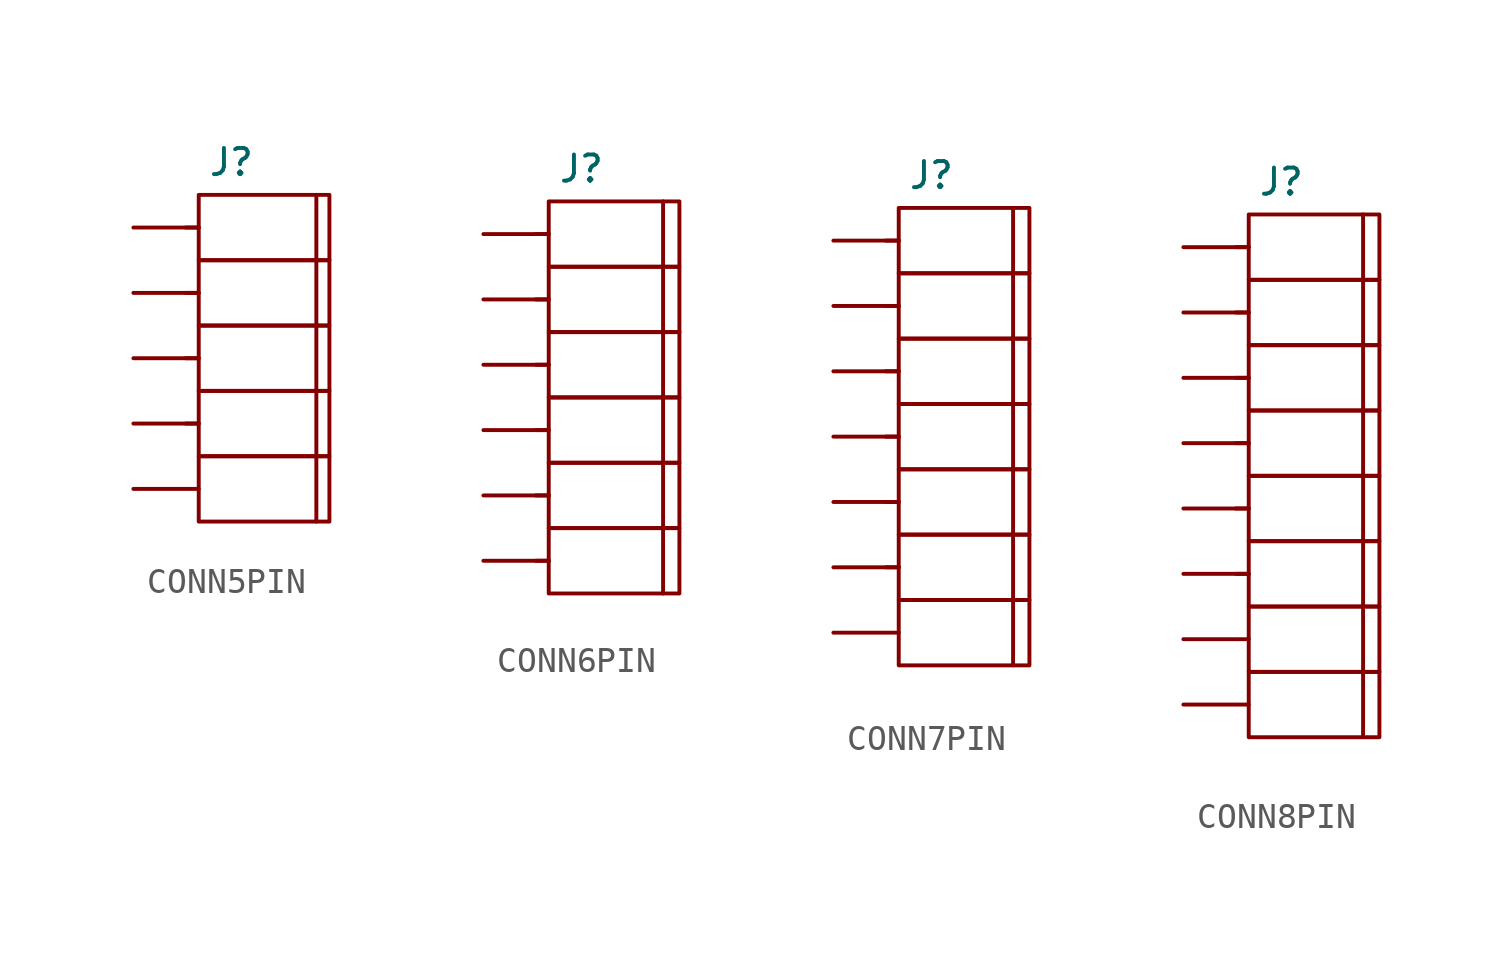
<source format=kicad_sym>
(kicad_symbol_lib
  (version 20241209)
  (generator "kicad_symbol_editor")
  (generator_version "9.0")
  (symbol "CONN5PIN"
    (pin_numbers
      (hide yes))
    (pin_names
      (offset 1.016))
    (property "Reference" "J"
      (at -1.27 2.54 0)
      (effects (font (size 1.016 1.016))))
    (symbol "CONN5PIN_0_1"
      (polyline (pts (xy -3.048 0) (xy -2.54 0)) (stroke (width 0) (type default)) (fill (type none)))
      (polyline (pts (xy -3.048 -2.54) (xy -2.54 -2.54)) (stroke (width 0) (type default)) (fill (type none)))
      (polyline (pts (xy -3.048 -5.08) (xy -2.54 -5.08)) (stroke (width 0) (type default)) (fill (type none)))
      (polyline (pts (xy -3.048 -7.62) (xy -2.54 -7.62)) (stroke (width 0) (type default)) (fill (type none)))
      (rectangle (start -2.54 1.27) (end 2.54 -1.27) (stroke (width 0) (type default)) (fill (type none)))
      (rectangle (start -2.54 -1.27) (end 2.54 -3.81) (stroke (width 0) (type default)) (fill (type none)))
      (rectangle (start -2.54 -3.81) (end 2.54 -6.35) (stroke (width 0) (type default)) (fill (type none)))
      (rectangle (start -2.54 -6.35) (end 2.54 -8.89) (stroke (width 0) (type default)) (fill (type none)))
      (rectangle (start -2.54 -8.89) (end 2.54 -11.43) (stroke (width 0) (type default)) (fill (type none)))
      (polyline (pts (xy 2.032 1.27) (xy 2.032 -1.27)) (stroke (width 0) (type default)) (fill (type none)))
      (polyline (pts (xy 2.032 -1.27) (xy 2.032 -3.81)) (stroke (width 0) (type default)) (fill (type none)))
      (polyline (pts (xy 2.032 -3.81) (xy 2.032 -6.35)) (stroke (width 0) (type default)) (fill (type none)))
      (polyline (pts (xy 2.032 -6.35) (xy 2.032 -11.43)) (stroke (width 0) (type default)) (fill (type none))))
    (symbol "CONN5PIN_1_1"
      (pin bidirectional line (at -5.08 0 0) (length 2.54) (name "~" (effects (font (size 1.016 1.016)))) (number "1" (effects (font (size 1.016 1.016)))))
      (pin bidirectional line (at -5.08 -2.54 0) (length 2.54) (name "~" (effects (font (size 1.016 1.016)))) (number "2" (effects (font (size 1.016 1.016)))))
      (pin bidirectional line (at -5.08 -5.08 0) (length 2.54) (name "~" (effects (font (size 1.016 1.016)))) (number "3" (effects (font (size 1.016 1.016)))))
      (pin bidirectional line (at -5.08 -7.62 0) (length 2.54) (name "~" (effects (font (size 1.016 1.016)))) (number "4" (effects (font (size 1.016 1.016)))))
      (pin bidirectional line (at -5.08 -10.16 0) (length 2.54) (name "~" (effects (font (size 1.016 1.016)))) (number "5" (effects (font (size 1.016 1.016)))))))
  (symbol "CONN6PIN"
    (pin_numbers
      (hide yes))
    (pin_names
      (offset 1.016))
    (property "Reference" "J"
      (at -1.27 2.54 0)
      (effects (font (size 1.016 1.016))))
    (symbol "CONN6PIN_0_1"
      (polyline (pts (xy -3.048 0) (xy -2.54 0)) (stroke (width 0) (type default)) (fill (type none)))
      (polyline (pts (xy -3.048 -2.54) (xy -2.54 -2.54)) (stroke (width 0) (type default)) (fill (type none)))
      (polyline (pts (xy -3.048 -5.08) (xy -2.54 -5.08)) (stroke (width 0) (type default)) (fill (type none)))
      (polyline (pts (xy -3.048 -7.62) (xy -2.54 -7.62)) (stroke (width 0) (type default)) (fill (type none)))
      (polyline (pts (xy -3.048 -10.16) (xy -2.54 -10.16)) (stroke (width 0) (type default)) (fill (type none)))
      (polyline (pts (xy -3.048 -12.7) (xy -2.54 -12.7)) (stroke (width 0) (type default)) (fill (type none)))
      (rectangle (start -2.54 1.27) (end 2.54 -1.27) (stroke (width 0) (type default)) (fill (type none)))
      (rectangle (start -2.54 -1.27) (end 2.54 -3.81) (stroke (width 0) (type default)) (fill (type none)))
      (rectangle (start -2.54 -3.81) (end 2.54 -6.35) (stroke (width 0) (type default)) (fill (type none)))
      (rectangle (start -2.54 -6.35) (end 2.54 -8.89) (stroke (width 0) (type default)) (fill (type none)))
      (rectangle (start -2.54 -8.89) (end 2.54 -11.43) (stroke (width 0) (type default)) (fill (type none)))
      (rectangle (start -2.54 -11.43) (end 2.54 -13.97) (stroke (width 0) (type default)) (fill (type none)))
      (polyline (pts (xy 1.905 1.27) (xy 1.905 -1.27)) (stroke (width 0) (type default)) (fill (type none)))
      (polyline (pts (xy 1.905 -1.27) (xy 1.905 -3.81)) (stroke (width 0) (type default)) (fill (type none)))
      (polyline (pts (xy 1.905 -3.81) (xy 1.905 -6.35)) (stroke (width 0) (type default)) (fill (type none)))
      (polyline (pts (xy 1.905 -6.35) (xy 1.905 -8.89)) (stroke (width 0) (type default)) (fill (type none)))
      (polyline (pts (xy 1.905 -8.89) (xy 1.905 -11.43)) (stroke (width 0) (type default)) (fill (type none)))
      (polyline (pts (xy 1.905 -11.43) (xy 1.905 -13.97)) (stroke (width 0) (type default)) (fill (type none))))
    (symbol "CONN6PIN_1_1"
      (pin bidirectional line (at -5.08 0 0) (length 2.54) (name "~" (effects (font (size 1.016 1.016)))) (number "1" (effects (font (size 1.016 1.016)))))
      (pin bidirectional line (at -5.08 -2.54 0) (length 2.54) (name "~" (effects (font (size 1.016 1.016)))) (number "2" (effects (font (size 1.016 1.016)))))
      (pin bidirectional line (at -5.08 -5.08 0) (length 2.54) (name "~" (effects (font (size 1.016 1.016)))) (number "3" (effects (font (size 1.016 1.016)))))
      (pin bidirectional line (at -5.08 -7.62 0) (length 2.54) (name "~" (effects (font (size 1.016 1.016)))) (number "4" (effects (font (size 1.016 1.016)))))
      (pin bidirectional line (at -5.08 -10.16 0) (length 2.54) (name "~" (effects (font (size 1.016 1.016)))) (number "5" (effects (font (size 1.016 1.016)))))
      (pin bidirectional line (at -5.08 -12.7 0) (length 2.54) (name "~" (effects (font (size 1.016 1.016)))) (number "6" (effects (font (size 1.016 1.016)))))))
  (symbol "CONN7PIN"
    (pin_numbers
      (hide yes))
    (pin_names
      (offset 1.016))
    (property "Reference" "J"
      (at -1.27 2.54 0)
      (effects (font (size 1.016 1.016))))
    (symbol "CONN7PIN_0_1"
      (polyline (pts (xy -3.048 0) (xy -2.54 0)) (stroke (width 0) (type default)) (fill (type none)))
      (polyline (pts (xy -3.048 -2.54) (xy -2.54 -2.54)) (stroke (width 0) (type default)) (fill (type none)))
      (polyline (pts (xy -3.048 -5.08) (xy -2.54 -5.08)) (stroke (width 0) (type default)) (fill (type none)))
      (polyline (pts (xy -3.048 -7.62) (xy -2.54 -7.62)) (stroke (width 0) (type default)) (fill (type none)))
      (polyline (pts (xy -3.048 -10.16) (xy -2.54 -10.16)) (stroke (width 0) (type default)) (fill (type none)))
      (polyline (pts (xy -3.048 -12.7) (xy -2.54 -12.7)) (stroke (width 0) (type default)) (fill (type none)))
      (rectangle (start -2.54 1.27) (end 2.54 -1.27) (stroke (width 0) (type default)) (fill (type none)))
      (rectangle (start -2.54 -1.27) (end 2.54 -3.81) (stroke (width 0) (type default)) (fill (type none)))
      (rectangle (start -2.54 -3.81) (end 2.54 -6.35) (stroke (width 0) (type default)) (fill (type none)))
      (rectangle (start -2.54 -6.35) (end 2.54 -8.89) (stroke (width 0) (type default)) (fill (type none)))
      (rectangle (start -2.54 -8.89) (end 2.54 -11.43) (stroke (width 0) (type default)) (fill (type none)))
      (rectangle (start -2.54 -11.43) (end 2.54 -13.97) (stroke (width 0) (type default)) (fill (type none)))
      (rectangle (start -2.54 -13.97) (end 2.54 -16.51) (stroke (width 0) (type default)) (fill (type none)))
      (polyline (pts (xy 1.905 1.27) (xy 1.905 -1.27)) (stroke (width 0) (type default)) (fill (type none)))
      (polyline (pts (xy 1.905 -1.27) (xy 1.905 -3.81)) (stroke (width 0) (type default)) (fill (type none)))
      (polyline (pts (xy 1.905 -3.81) (xy 1.905 -6.35)) (stroke (width 0) (type default)) (fill (type none)))
      (polyline (pts (xy 1.905 -6.35) (xy 1.905 -8.89)) (stroke (width 0) (type default)) (fill (type none)))
      (polyline (pts (xy 1.905 -8.89) (xy 1.905 -11.43)) (stroke (width 0) (type default)) (fill (type none)))
      (polyline (pts (xy 1.905 -11.43) (xy 1.905 -13.97)) (stroke (width 0) (type default)) (fill (type none)))
      (polyline (pts (xy 1.905 -13.97) (xy 1.905 -16.51)) (stroke (width 0) (type default)) (fill (type none))))
    (symbol "CONN7PIN_1_1"
      (pin bidirectional line (at -5.08 0 0) (length 2.54) (name "~" (effects (font (size 1.016 1.016)))) (number "1" (effects (font (size 1.016 1.016)))))
      (pin bidirectional line (at -5.08 -2.54 0) (length 2.54) (name "~" (effects (font (size 1.016 1.016)))) (number "2" (effects (font (size 1.016 1.016)))))
      (pin bidirectional line (at -5.08 -5.08 0) (length 2.54) (name "~" (effects (font (size 1.016 1.016)))) (number "3" (effects (font (size 1.016 1.016)))))
      (pin bidirectional line (at -5.08 -7.62 0) (length 2.54) (name "~" (effects (font (size 1.016 1.016)))) (number "4" (effects (font (size 1.016 1.016)))))
      (pin bidirectional line (at -5.08 -10.16 0) (length 2.54) (name "~" (effects (font (size 1.016 1.016)))) (number "5" (effects (font (size 1.016 1.016)))))
      (pin bidirectional line (at -5.08 -12.7 0) (length 2.54) (name "~" (effects (font (size 1.016 1.016)))) (number "6" (effects (font (size 1.016 1.016)))))
      (pin bidirectional line (at -5.08 -15.24 0) (length 2.54) (name "~" (effects (font (size 1.016 1.016)))) (number "7" (effects (font (size 1.016 1.016)))))))
  (symbol "CONN8PIN"
    (pin_numbers
      (hide yes))
    (pin_names
      (offset 1.016))
    (property "Reference" "J"
      (at -1.27 2.54 0)
      (effects (font (size 1.016 1.016))))
    (symbol "CONN8PIN_0_1"
      (polyline (pts (xy -3.048 0) (xy -2.54 0)) (stroke (width 0) (type default)) (fill (type none)))
      (polyline (pts (xy -3.048 -2.54) (xy -2.54 -2.54)) (stroke (width 0) (type default)) (fill (type none)))
      (polyline (pts (xy -3.048 -5.08) (xy -2.54 -5.08)) (stroke (width 0) (type default)) (fill (type none)))
      (polyline (pts (xy -3.048 -7.62) (xy -2.54 -7.62)) (stroke (width 0) (type default)) (fill (type none)))
      (polyline (pts (xy -3.048 -10.16) (xy -2.54 -10.16)) (stroke (width 0) (type default)) (fill (type none)))
      (polyline (pts (xy -3.048 -12.7) (xy -2.54 -12.7)) (stroke (width 0) (type default)) (fill (type none)))
      (rectangle (start -2.54 1.27) (end 2.54 -1.27) (stroke (width 0) (type default)) (fill (type none)))
      (rectangle (start -2.54 -1.27) (end 2.54 -3.81) (stroke (width 0) (type default)) (fill (type none)))
      (rectangle (start -2.54 -3.81) (end 2.54 -6.35) (stroke (width 0) (type default)) (fill (type none)))
      (rectangle (start -2.54 -6.35) (end 2.54 -8.89) (stroke (width 0) (type default)) (fill (type none)))
      (rectangle (start -2.54 -8.89) (end 2.54 -11.43) (stroke (width 0) (type default)) (fill (type none)))
      (rectangle (start -2.54 -11.43) (end 2.54 -13.97) (stroke (width 0) (type default)) (fill (type none)))
      (rectangle (start -2.54 -13.97) (end 2.54 -16.51) (stroke (width 0) (type default)) (fill (type none)))
      (rectangle (start -2.54 -16.51) (end 2.54 -19.05) (stroke (width 0) (type default)) (fill (type none)))
      (polyline (pts (xy 1.905 1.27) (xy 1.905 -1.27)) (stroke (width 0) (type default)) (fill (type none)))
      (polyline (pts (xy 1.905 -1.27) (xy 1.905 -3.81)) (stroke (width 0) (type default)) (fill (type none)))
      (polyline (pts (xy 1.905 -3.81) (xy 1.905 -6.35)) (stroke (width 0) (type default)) (fill (type none)))
      (polyline (pts (xy 1.905 -6.35) (xy 1.905 -8.89)) (stroke (width 0) (type default)) (fill (type none)))
      (polyline (pts (xy 1.905 -8.89) (xy 1.905 -11.43)) (stroke (width 0) (type default)) (fill (type none)))
      (polyline (pts (xy 1.905 -11.43) (xy 1.905 -13.97)) (stroke (width 0) (type default)) (fill (type none)))
      (polyline (pts (xy 1.905 -13.97) (xy 1.905 -16.51)) (stroke (width 0) (type default)) (fill (type none)))
      (polyline (pts (xy 1.905 -16.485) (xy 1.905 -19.025)) (stroke (width 0) (type default)) (fill (type none))))
    (symbol "CONN8PIN_1_1"
      (pin bidirectional line (at -5.08 0 0) (length 2.54) (name "~" (effects (font (size 1.016 1.016)))) (number "1" (effects (font (size 1.016 1.016)))))
      (pin bidirectional line (at -5.08 -2.54 0) (length 2.54) (name "~" (effects (font (size 1.016 1.016)))) (number "2" (effects (font (size 1.016 1.016)))))
      (pin bidirectional line (at -5.08 -5.08 0) (length 2.54) (name "~" (effects (font (size 1.016 1.016)))) (number "3" (effects (font (size 1.016 1.016)))))
      (pin bidirectional line (at -5.08 -7.62 0) (length 2.54) (name "~" (effects (font (size 1.016 1.016)))) (number "4" (effects (font (size 1.016 1.016)))))
      (pin bidirectional line (at -5.08 -10.16 0) (length 2.54) (name "~" (effects (font (size 1.016 1.016)))) (number "5" (effects (font (size 1.016 1.016)))))
      (pin bidirectional line (at -5.08 -12.7 0) (length 2.54) (name "~" (effects (font (size 1.016 1.016)))) (number "6" (effects (font (size 1.016 1.016)))))
      (pin bidirectional line (at -5.08 -15.24 0) (length 2.54) (name "~" (effects (font (size 1.016 1.016)))) (number "7" (effects (font (size 1.016 1.016)))))
      (pin bidirectional line (at -5.08 -17.78 0) (length 2.54) (name "~" (effects (font (size 1.016 1.016)))) (number "8" (effects (font (size 1.016 1.016))))))))
</source>
